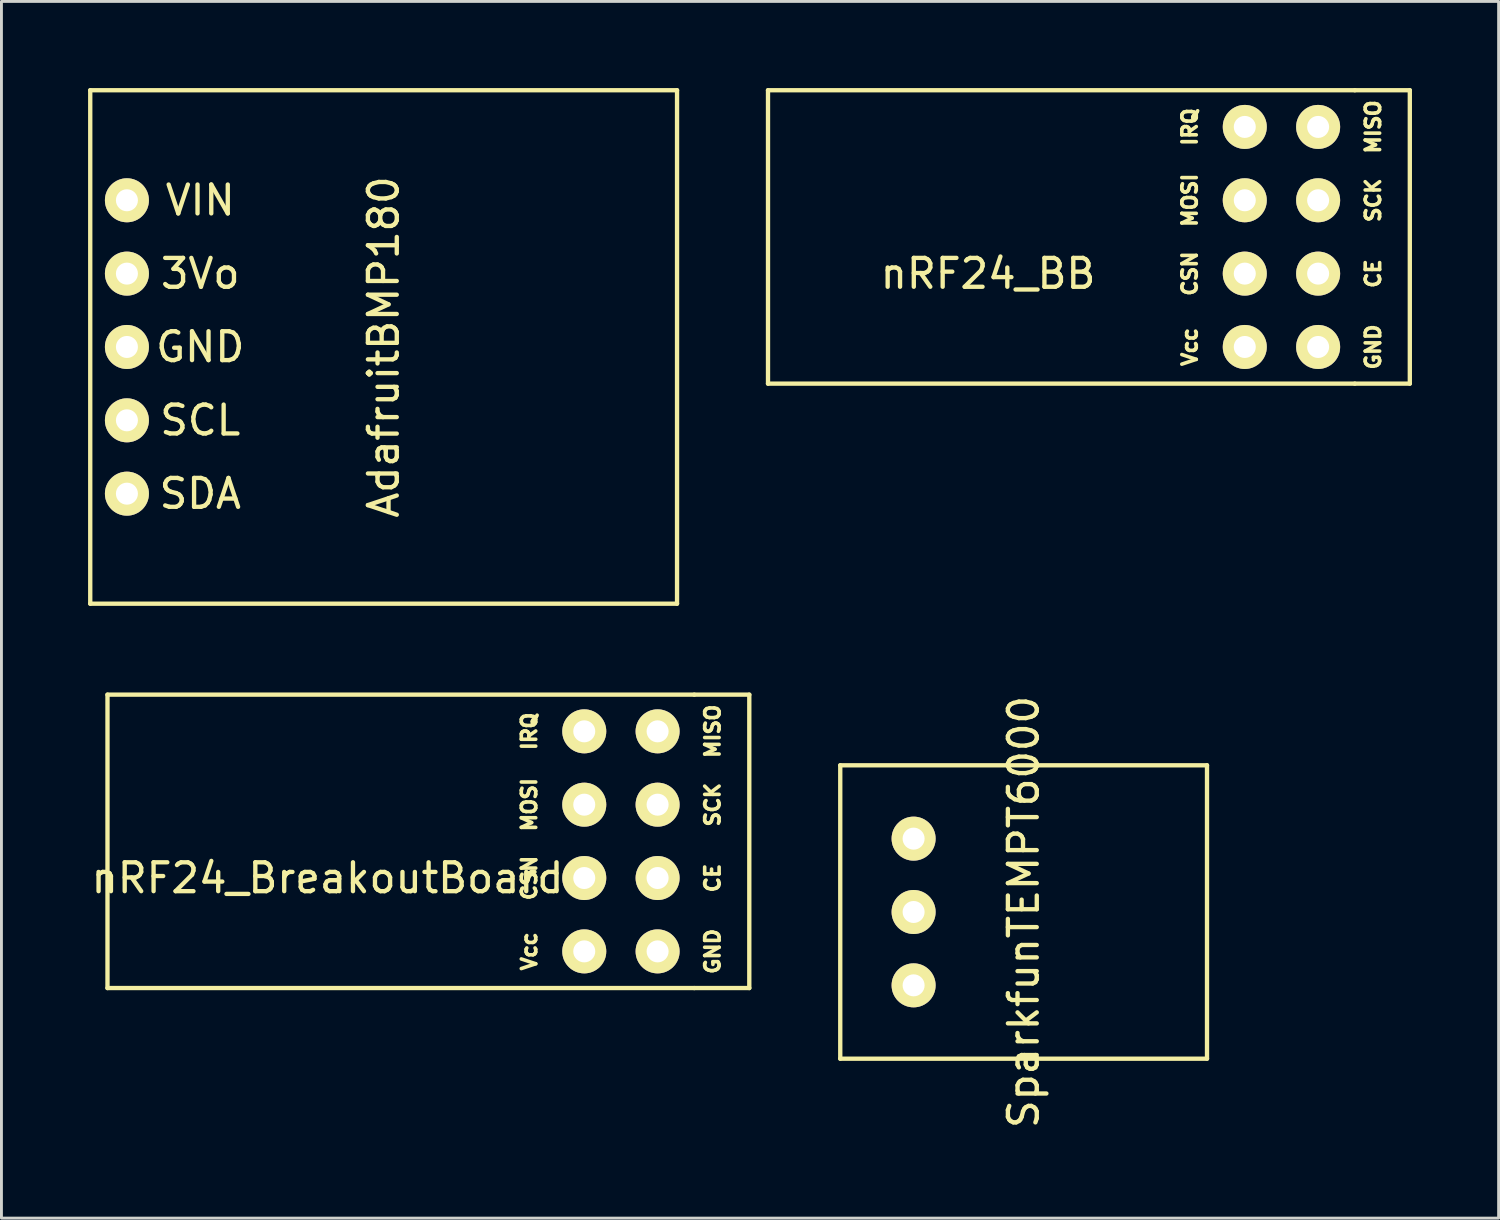
<source format=kicad_pcb>
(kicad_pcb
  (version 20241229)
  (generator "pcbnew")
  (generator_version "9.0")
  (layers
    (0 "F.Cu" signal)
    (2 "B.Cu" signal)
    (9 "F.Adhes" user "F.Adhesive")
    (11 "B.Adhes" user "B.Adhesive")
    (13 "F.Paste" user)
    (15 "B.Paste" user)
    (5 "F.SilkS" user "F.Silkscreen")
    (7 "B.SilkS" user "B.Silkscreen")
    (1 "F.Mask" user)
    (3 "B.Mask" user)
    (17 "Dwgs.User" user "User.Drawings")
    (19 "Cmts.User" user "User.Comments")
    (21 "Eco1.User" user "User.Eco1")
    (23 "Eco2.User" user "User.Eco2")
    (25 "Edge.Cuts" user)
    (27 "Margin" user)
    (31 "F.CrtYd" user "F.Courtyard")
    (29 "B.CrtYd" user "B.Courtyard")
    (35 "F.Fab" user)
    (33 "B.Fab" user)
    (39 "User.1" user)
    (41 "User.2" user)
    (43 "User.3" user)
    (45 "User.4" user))
  (footprint "SparkfunTEMPT6000"
    (layer "F.Cu")
    (at 31.127 28.531)
    (property "Reference" "SparkfunTEMPT6000" (at 1.27 0 90) (layer "F.SilkS") (effects (font (size 1 1) (thickness 0.15))))
    (attr through_hole)
    (fp_line (start -5.08 -5.08) (end 7.62 -5.08) (stroke (width 0.15) (type solid)) (layer "F.SilkS"))
    (fp_line (start -5.08 5.08) (end -5.08 -5.08) (stroke (width 0.15) (type solid)) (layer "F.SilkS"))
    (fp_line (start 7.62 -5.08) (end 7.62 5.08) (stroke (width 0.15) (type solid)) (layer "F.SilkS"))
    (fp_line (start 7.62 5.08) (end -5.08 5.08) (stroke (width 0.15) (type solid)) (layer "F.SilkS"))
    (pad "1" thru_hole circle (at -2.54 -2.54) (size 1.524 1.524) (drill 0.762) (layers "*.Cu" "*.Mask" "F.SilkS"))
    (pad "2" thru_hole circle (at -2.54 0) (size 1.524 1.524) (drill 0.762) (layers "*.Cu" "*.Mask" "F.SilkS"))
    (pad "3" thru_hole circle (at -2.54 2.54) (size 1.524 1.524) (drill 0.762) (layers "*.Cu" "*.Mask" "F.SilkS")))
  (footprint "nRF24_BB"
    (layer "F.Cu")
    (at 31.165 5.155)
    (property "Reference" "nRF24_BB" (at 0 1.27 0) (layer "F.SilkS") (effects (font (size 1 1) (thickness 0.15))))
    (attr through_hole)
    (fp_line (start -7.62 -5.08) (end -7.62 5.08) (stroke (width 0.15) (type solid)) (layer "F.SilkS"))
    (fp_line (start 12.7 -5.08) (end -7.62 -5.08) (stroke (width 0.15) (type solid)) (layer "F.SilkS"))
    (fp_line (start 12.7 5.08) (end -7.62 5.08) (stroke (width 0.15) (type solid)) (layer "F.SilkS"))
    (fp_line (start 14.605 -5.08) (end 12.7 -5.08) (stroke (width 0.15) (type solid)) (layer "F.SilkS"))
    (fp_line (start 14.605 -5.08) (end 14.605 5.08) (stroke (width 0.15) (type solid)) (layer "F.SilkS"))
    (fp_line (start 14.605 5.08) (end 12.7 5.08) (stroke (width 0.15) (type solid)) (layer "F.SilkS"))
    (fp_text user "Vcc" (at 6.985 3.81 90) (layer "F.SilkS") (effects (font (size 0.5 0.5) (thickness 0.125))))
    (fp_text user "IRQ" (at 6.985 -3.81 90) (layer "F.SilkS") (effects (font (size 0.5 0.5) (thickness 0.125))))
    (fp_text user "CE" (at 13.335 1.27 90) (layer "F.SilkS") (effects (font (size 0.5 0.5) (thickness 0.125))))
    (fp_text user "CSN" (at 6.985 1.27 90) (layer "F.SilkS") (effects (font (size 0.5 0.5) (thickness 0.125))))
    (fp_text user "MISO" (at 13.335 -3.81 90) (layer "F.SilkS") (effects (font (size 0.5 0.5) (thickness 0.125))))
    (fp_text user "SCK" (at 13.335 -1.27 90) (layer "F.SilkS") (effects (font (size 0.5 0.5) (thickness 0.125))))
    (fp_text user "GND" (at 13.335 3.81 90) (layer "F.SilkS") (effects (font (size 0.5 0.5) (thickness 0.125))))
    (fp_text user "MOSI" (at 6.985 -1.27 90) (layer "F.SilkS") (effects (font (size 0.5 0.5) (thickness 0.125))))
    (pad "1" thru_hole circle (at 11.43 3.81) (size 1.524 1.524) (drill 0.762) (layers "*.Cu" "*.Mask" "F.SilkS"))
    (pad "2" thru_hole circle (at 11.43 1.27) (size 1.524 1.524) (drill 0.762) (layers "*.Cu" "*.Mask" "F.SilkS"))
    (pad "3" thru_hole circle (at 11.43 -1.27) (size 1.524 1.524) (drill 0.762) (layers "*.Cu" "*.Mask" "F.SilkS"))
    (pad "4" thru_hole circle (at 11.43 -3.81) (size 1.524 1.524) (drill 0.762) (layers "*.Cu" "*.Mask" "F.SilkS"))
    (pad "5" thru_hole circle (at 8.89 -3.81) (size 1.524 1.524) (drill 0.762) (layers "*.Cu" "*.Mask" "F.SilkS"))
    (pad "6" thru_hole circle (at 8.89 -1.27) (size 1.524 1.524) (drill 0.762) (layers "*.Cu" "*.Mask" "F.SilkS"))
    (pad "7" thru_hole circle (at 8.89 1.27) (size 1.524 1.524) (drill 0.762) (layers "*.Cu" "*.Mask" "F.SilkS"))
    (pad "8" thru_hole circle (at 8.89 3.81) (size 1.524 1.524) (drill 0.762) (layers "*.Cu" "*.Mask" "F.SilkS")))
  (footprint "nRF24_BreakoutBoard"
    (layer "F.Cu")
    (at 8.292 26.085)
    (property "Reference" "nRF24_BreakoutBoard" (at 0 1.27 0) (layer "F.SilkS") (effects (font (size 1 1) (thickness 0.15))))
    (attr through_hole)
    (fp_line (start -7.62 -5.08) (end -7.62 5.08) (stroke (width 0.15) (type solid)) (layer "F.SilkS"))
    (fp_line (start 12.7 -5.08) (end -7.62 -5.08) (stroke (width 0.15) (type solid)) (layer "F.SilkS"))
    (fp_line (start 12.7 5.08) (end -7.62 5.08) (stroke (width 0.15) (type solid)) (layer "F.SilkS"))
    (fp_line (start 14.605 -5.08) (end 12.7 -5.08) (stroke (width 0.15) (type solid)) (layer "F.SilkS"))
    (fp_line (start 14.605 -5.08) (end 14.605 5.08) (stroke (width 0.15) (type solid)) (layer "F.SilkS"))
    (fp_line (start 14.605 5.08) (end 12.7 5.08) (stroke (width 0.15) (type solid)) (layer "F.SilkS"))
    (fp_text user "CE" (at 13.335 1.27 90) (layer "F.SilkS") (effects (font (size 0.5 0.5) (thickness 0.125))))
    (fp_text user "CSN" (at 6.985 1.27 90) (layer "F.SilkS") (effects (font (size 0.5 0.5) (thickness 0.125))))
    (fp_text user "SCK" (at 13.335 -1.27 90) (layer "F.SilkS") (effects (font (size 0.5 0.5) (thickness 0.125))))
    (fp_text user "IRQ" (at 6.985 -3.81 90) (layer "F.SilkS") (effects (font (size 0.5 0.5) (thickness 0.125))))
    (fp_text user "GND" (at 13.335 3.81 90) (layer "F.SilkS") (effects (font (size 0.5 0.5) (thickness 0.125))))
    (fp_text user "MOSI" (at 6.985 -1.27 90) (layer "F.SilkS") (effects (font (size 0.5 0.5) (thickness 0.125))))
    (fp_text user "MISO" (at 13.335 -3.81 90) (layer "F.SilkS") (effects (font (size 0.5 0.5) (thickness 0.125))))
    (fp_text user "Vcc" (at 6.985 3.81 90) (layer "F.SilkS") (effects (font (size 0.5 0.5) (thickness 0.125))))
    (pad "1" thru_hole circle (at 11.43 3.81) (size 1.524 1.524) (drill 0.762) (layers "*.Cu" "*.Mask" "F.SilkS"))
    (pad "2" thru_hole circle (at 11.43 1.27) (size 1.524 1.524) (drill 0.762) (layers "*.Cu" "*.Mask" "F.SilkS"))
    (pad "3" thru_hole circle (at 11.43 -1.27) (size 1.524 1.524) (drill 0.762) (layers "*.Cu" "*.Mask" "F.SilkS"))
    (pad "4" thru_hole circle (at 11.43 -3.81) (size 1.524 1.524) (drill 0.762) (layers "*.Cu" "*.Mask" "F.SilkS"))
    (pad "5" thru_hole circle (at 8.89 -3.81) (size 1.524 1.524) (drill 0.762) (layers "*.Cu" "*.Mask" "F.SilkS"))
    (pad "6" thru_hole circle (at 8.89 -1.27) (size 1.524 1.524) (drill 0.762) (layers "*.Cu" "*.Mask" "F.SilkS"))
    (pad "7" thru_hole circle (at 8.89 1.27) (size 1.524 1.524) (drill 0.762) (layers "*.Cu" "*.Mask" "F.SilkS"))
    (pad "8" thru_hole circle (at 8.89 3.81) (size 1.524 1.524) (drill 0.762) (layers "*.Cu" "*.Mask" "F.SilkS")))
  (footprint "AdafruitBMP180"
    (layer "F.Cu")
    (at 10.235 8.965)
    (property "Reference" "AdafruitBMP180" (at 0 0 90) (layer "F.SilkS") (effects (font (size 1 1) (thickness 0.15))))
    (attr through_hole)
    (fp_line (start -10.16 -8.89) (end 10.16 -8.89) (stroke (width 0.15) (type solid)) (layer "F.SilkS"))
    (fp_line (start -10.16 8.89) (end -10.16 -8.89) (stroke (width 0.15) (type solid)) (layer "F.SilkS"))
    (fp_line (start -10.16 8.89) (end 10.16 8.89) (stroke (width 0.15) (type solid)) (layer "F.SilkS"))
    (fp_line (start 10.16 -8.89) (end 10.16 8.89) (stroke (width 0.15) (type solid)) (layer "F.SilkS"))
    (fp_text user "GND" (at -6.35 0 0) (layer "F.SilkS") (effects (font (size 1 1) (thickness 0.15))))
    (fp_text user "SCL" (at -6.35 2.54 0) (layer "F.SilkS") (effects (font (size 1 1) (thickness 0.15))))
    (fp_text user "VIN" (at -6.35 -5.08 0) (layer "F.SilkS") (effects (font (size 1 1) (thickness 0.15))))
    (fp_text user "SDA" (at -6.35 5.08 0) (layer "F.SilkS") (effects (font (size 1 1) (thickness 0.15))))
    (fp_text user "3Vo" (at -6.35 -2.54 0) (layer "F.SilkS") (effects (font (size 1 1) (thickness 0.15))))
    (pad "1" thru_hole circle (at -8.89 -5.08) (size 1.524 1.524) (drill 0.762) (layers "*.Cu" "*.Mask" "F.SilkS"))
    (pad "2" thru_hole circle (at -8.89 -2.54) (size 1.524 1.524) (drill 0.762) (layers "*.Cu" "*.Mask" "F.SilkS"))
    (pad "3" thru_hole circle (at -8.89 0) (size 1.524 1.524) (drill 0.762) (layers "*.Cu" "*.Mask" "F.SilkS"))
    (pad "4" thru_hole circle (at -8.89 2.54) (size 1.524 1.524) (drill 0.762) (layers "*.Cu" "*.Mask" "F.SilkS"))
    (pad "5" thru_hole circle (at -8.89 5.08) (size 1.524 1.524) (drill 0.762) (layers "*.Cu" "*.Mask" "F.SilkS")))
  (gr_rect
    (start -3 -3)
    (end 48.845 39.132)
    (stroke (width 0.1) (type default))
    (fill no)
    (layer "Edge.Cuts")))
</source>
